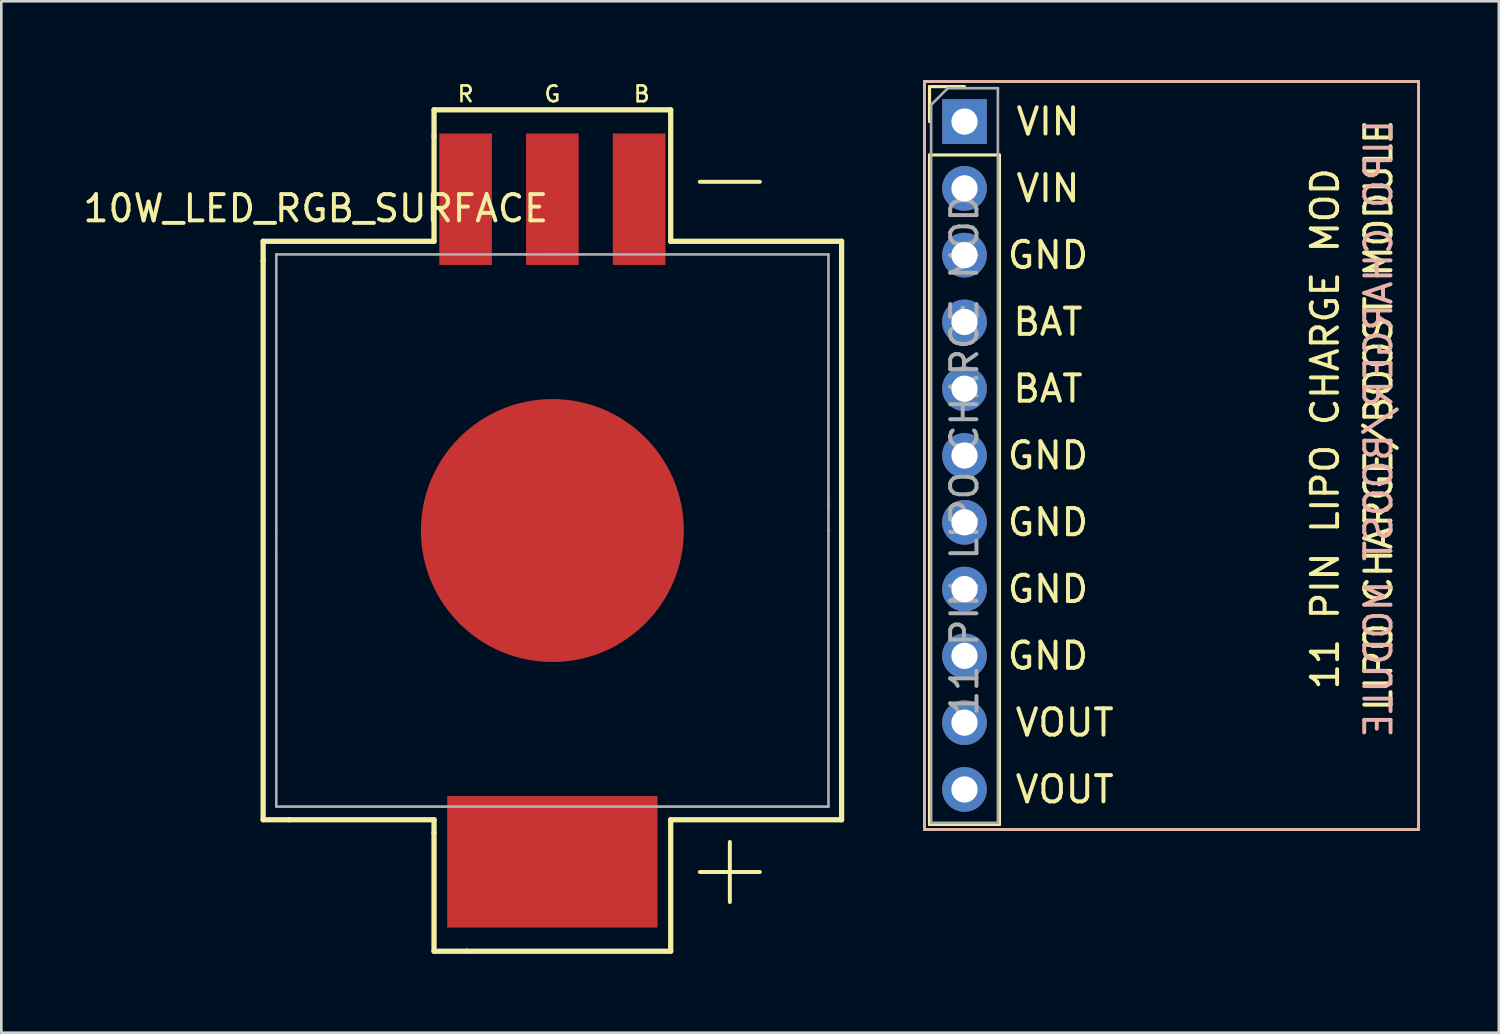
<source format=kicad_pcb>
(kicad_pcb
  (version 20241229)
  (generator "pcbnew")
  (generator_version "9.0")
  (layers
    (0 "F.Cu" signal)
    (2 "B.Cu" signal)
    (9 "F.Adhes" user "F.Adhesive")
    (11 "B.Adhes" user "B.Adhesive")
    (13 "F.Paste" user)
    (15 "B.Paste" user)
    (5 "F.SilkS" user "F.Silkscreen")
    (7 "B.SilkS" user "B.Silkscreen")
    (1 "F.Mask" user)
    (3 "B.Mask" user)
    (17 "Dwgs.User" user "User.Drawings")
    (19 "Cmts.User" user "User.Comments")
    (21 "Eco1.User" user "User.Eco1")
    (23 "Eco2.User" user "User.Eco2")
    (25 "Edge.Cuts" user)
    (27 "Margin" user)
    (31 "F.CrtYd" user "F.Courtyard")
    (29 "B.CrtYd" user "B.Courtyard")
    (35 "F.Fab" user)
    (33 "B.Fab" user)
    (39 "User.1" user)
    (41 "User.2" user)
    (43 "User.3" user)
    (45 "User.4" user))
  (footprint "10W_LED_RGB_SURFACE"
    (layer "F.Cu")
    (at 17.958 17.127)
    (property "Reference" "10W_LED_RGB_SURFACE" (at -9 -12.25 0) (layer "F.SilkS") (effects (font (size 1 1) (thickness 0.15))))
    (attr through_hole)
    (fp_line (start -11 -11) (end -11 -10.25) (stroke (width 0.2) (type solid)) (layer "F.SilkS"))
    (fp_line (start -11 -10.25) (end -11 11) (stroke (width 0.2) (type solid)) (layer "F.SilkS"))
    (fp_line (start -11 11) (end -10 11) (stroke (width 0.2) (type solid)) (layer "F.SilkS"))
    (fp_line (start -10 11) (end -4.5 11) (stroke (width 0.2) (type solid)) (layer "F.SilkS"))
    (fp_line (start -4.5 -16) (end -4.5 -15) (stroke (width 0.2) (type solid)) (layer "F.SilkS"))
    (fp_line (start -4.5 -15) (end -4.5 -11) (stroke (width 0.2) (type solid)) (layer "F.SilkS"))
    (fp_line (start -4.5 -11) (end -11 -11) (stroke (width 0.2) (type solid)) (layer "F.SilkS"))
    (fp_line (start -4.5 11) (end -4.5 11.5) (stroke (width 0.2) (type solid)) (layer "F.SilkS"))
    (fp_line (start -4.5 11.5) (end -4.5 16) (stroke (width 0.2) (type solid)) (layer "F.SilkS"))
    (fp_line (start -4.5 16) (end -3.25 16) (stroke (width 0.2) (type solid)) (layer "F.SilkS"))
    (fp_line (start -3.25 16) (end 4.5 16) (stroke (width 0.2) (type solid)) (layer "F.SilkS"))
    (fp_line (start 3.75 16) (end 4.5 16) (stroke (width 0.1) (type solid)) (layer "F.SilkS"))
    (fp_line (start 4.5 -16) (end -4.5 -16) (stroke (width 0.2) (type solid)) (layer "F.SilkS"))
    (fp_line (start 4.5 -11) (end 4.5 -16) (stroke (width 0.2) (type solid)) (layer "F.SilkS"))
    (fp_line (start 4.5 11) (end 11 11) (stroke (width 0.2) (type solid)) (layer "F.SilkS"))
    (fp_line (start 4.5 16) (end 4.5 11) (stroke (width 0.2) (type solid)) (layer "F.SilkS"))
    (fp_line (start 11 -11) (end 4.5 -11) (stroke (width 0.2) (type solid)) (layer "F.SilkS"))
    (fp_line (start 11 11) (end 11 -11) (stroke (width 0.2) (type solid)) (layer "F.SilkS"))
    (fp_line (start -10.5 -10.5) (end -1 -10.5) (stroke (width 0.1) (type solid)) (layer "F.Fab"))
    (fp_line (start -10.5 0) (end -10.5 -10.5) (stroke (width 0.1) (type solid)) (layer "F.Fab"))
    (fp_line (start -10.5 0) (end -10.5 1) (stroke (width 0.1) (type solid)) (layer "F.Fab"))
    (fp_line (start -10.5 10.5) (end -10.5 1) (stroke (width 0.1) (type solid)) (layer "F.Fab"))
    (fp_line (start 0 -10.5) (end -1 -10.5) (stroke (width 0.1) (type solid)) (layer "F.Fab"))
    (fp_line (start 0 -10.5) (end 10.5 -10.5) (stroke (width 0.1) (type solid)) (layer "F.Fab"))
    (fp_line (start 0 10.5) (end -10.5 10.5) (stroke (width 0.1) (type solid)) (layer "F.Fab"))
    (fp_line (start 0 10.5) (end 1 10.5) (stroke (width 0.1) (type solid)) (layer "F.Fab"))
    (fp_line (start 10.5 -10.5) (end 10.5 -1) (stroke (width 0.1) (type solid)) (layer "F.Fab"))
    (fp_line (start 10.5 0) (end 10.5 -1) (stroke (width 0.1) (type solid)) (layer "F.Fab"))
    (fp_line (start 10.5 0) (end 10.5 10.5) (stroke (width 0.1) (type solid)) (layer "F.Fab"))
    (fp_line (start 10.5 10.5) (end 1 10.5) (stroke (width 0.1) (type solid)) (layer "F.Fab"))
    (fp_text user "-" (at 6.75 -13.5 0) (layer "F.SilkS") (effects (font (size 3 3) (thickness 0.15))))
    (fp_text user "B" (at 3.4 -16.6 0) (layer "F.SilkS") (effects (font (size 0.6 0.6) (thickness 0.1))))
    (fp_text user "+" (at 6.75 12.75 0) (layer "F.SilkS") (effects (font (size 3 3) (thickness 0.15))))
    (fp_text user "R" (at -3.3 -16.6 0) (layer "F.SilkS") (effects (font (size 0.6 0.6) (thickness 0.1))))
    (fp_text user "G" (at 0 -16.6 0) (layer "F.SilkS") (effects (font (size 0.6 0.6) (thickness 0.1))))
    (pad "1" smd rect (at -3.3 -12.6) (size 2 5) (layers "F.Cu" "F.Mask" "F.Paste"))
    (pad "2" smd rect (at 0 -12.6) (size 2 5) (layers "F.Cu" "F.Mask" "F.Paste"))
    (pad "3" smd rect (at 3.3 -12.6) (size 2 5) (layers "F.Cu" "F.Mask" "F.Paste"))
    (pad "4" smd circle (at 0 0) (size 10 10) (layers "F.Cu" "F.Mask" "F.Paste"))
    (pad "4" smd rect (at 0 12.6) (size 8 5) (layers "F.Cu" "F.Mask" "F.Paste")))
  (footprint "11 PIN LIPO CHARGE MOD"
    (layer "F.Cu")
    (at 33.632 1.574)
    (property "Reference" "11 PIN LIPO CHARGE MOD" (at 13.716 11.684 90) (layer "F.SilkS") (effects (font (size 1 1) (thickness 0.15))))
    (attr through_hole)
    (fp_line (start -1.524 -1.524) (end 14.732 -1.524) (stroke (width 0.1) (type solid)) (layer "F.SilkS"))
    (fp_line (start -1.524 26.924) (end -1.524 -1.524) (stroke (width 0.1) (type solid)) (layer "F.SilkS"))
    (fp_line (start -1.33 -1.33) (end 0 -1.33) (stroke (width 0.12) (type solid)) (layer "F.SilkS"))
    (fp_line (start -1.33 0) (end -1.33 -1.33) (stroke (width 0.12) (type solid)) (layer "F.SilkS"))
    (fp_line (start -1.33 1.27) (end -1.33 26.73) (stroke (width 0.12) (type solid)) (layer "F.SilkS"))
    (fp_line (start -1.33 1.27) (end 1.33 1.27) (stroke (width 0.12) (type solid)) (layer "F.SilkS"))
    (fp_line (start -1.33 26.73) (end 1.33 26.73) (stroke (width 0.12) (type solid)) (layer "F.SilkS"))
    (fp_line (start 1.33 1.27) (end 1.33 26.73) (stroke (width 0.12) (type solid)) (layer "F.SilkS"))
    (fp_line (start 17.272 -1.524) (end 14.732 -1.524) (stroke (width 0.1) (type solid)) (layer "F.SilkS"))
    (fp_line (start 17.272 26.924) (end -1.524 26.924) (stroke (width 0.1) (type solid)) (layer "F.SilkS"))
    (fp_line (start 17.272 26.924) (end 17.272 -1.524) (stroke (width 0.1) (type solid)) (layer "F.SilkS"))
    (fp_line (start -1.524 -1.524) (end -1.524 26.924) (stroke (width 0.1) (type solid)) (layer "B.SilkS"))
    (fp_line (start -1.524 26.924) (end 17.272 26.924) (stroke (width 0.1) (type solid)) (layer "B.SilkS"))
    (fp_line (start 17.272 -1.524) (end -1.524 -1.524) (stroke (width 0.1) (type solid)) (layer "B.SilkS"))
    (fp_line (start 17.272 26.924) (end 17.272 -1.524) (stroke (width 0.1) (type solid)) (layer "B.SilkS"))
    (fp_line (start -1.27 -0.635) (end -0.635 -1.27) (stroke (width 0.1) (type solid)) (layer "F.Fab"))
    (fp_line (start -1.27 26.67) (end -1.27 -0.635) (stroke (width 0.1) (type solid)) (layer "F.Fab"))
    (fp_line (start -0.635 -1.27) (end 1.27 -1.27) (stroke (width 0.1) (type solid)) (layer "F.Fab"))
    (fp_line (start 1.27 -1.27) (end 1.27 26.67) (stroke (width 0.1) (type solid)) (layer "F.Fab"))
    (fp_line (start 1.27 26.67) (end -1.27 26.67) (stroke (width 0.1) (type solid)) (layer "F.Fab"))
    (fp_text user "BAT" (at 3.175 10.16 0) (layer "F.SilkS") (effects (font (size 1 1) (thickness 0.15))))
    (fp_text user "GND" (at 3.175 5.08 0) (layer "F.SilkS") (effects (font (size 1 1) (thickness 0.15))))
    (fp_text user "GND" (at 3.175 17.78 0) (layer "F.SilkS") (effects (font (size 1 1) (thickness 0.15))))
    (fp_text user "VIN" (at 3.175 2.54 0) (layer "F.SilkS") (effects (font (size 1 1) (thickness 0.15))))
    (fp_text user "GND" (at 3.175 12.7 0) (layer "F.SilkS") (effects (font (size 1 1) (thickness 0.15))))
    (fp_text user "VOUT" (at 3.81 22.86 0) (layer "F.SilkS") (effects (font (size 1 1) (thickness 0.15))))
    (fp_text user "GND" (at 3.175 20.32 0) (layer "F.SilkS") (effects (font (size 1 1) (thickness 0.15))))
    (fp_text user "GND" (at 3.175 15.24 0) (layer "F.SilkS") (effects (font (size 1 1) (thickness 0.15))))
    (fp_text user "LIPO CHARGE/BOOST MODULE" (at 15.748 11.176 90) (layer "F.SilkS") (effects (font (size 1 1) (thickness 0.15))))
    (fp_text user "BAT" (at 3.175 7.62 0) (layer "F.SilkS") (effects (font (size 1 1) (thickness 0.15))))
    (fp_text user "VOUT" (at 3.81 25.4 0) (layer "F.SilkS") (effects (font (size 1 1) (thickness 0.15))))
    (fp_text user "VIN" (at 3.175 0 0) (layer "F.SilkS") (effects (font (size 1 1) (thickness 0.15))))
    (fp_text user "LIPO CHARGER/BOOST MODULE" (at 15.748 11.684 90) (layer "B.SilkS") (effects (font (size 1 1) (thickness 0.15)) (justify mirror)))
    (fp_text user "${REFERENCE}" (at 0 12.7 90) (layer "F.Fab") (effects (font (size 1 1) (thickness 0.15))))
    (pad "1" thru_hole rect (at 0 0) (size 1.7 1.7) (drill 1) (layers "*.Cu" "*.Mask"))
    (pad "2" thru_hole oval (at 0 2.54) (size 1.7 1.7) (drill 1) (layers "*.Cu" "*.Mask"))
    (pad "3" thru_hole oval (at 0 5.08) (size 1.7 1.7) (drill 1) (layers "*.Cu" "*.Mask"))
    (pad "4" thru_hole oval (at 0 7.62) (size 1.7 1.7) (drill 1) (layers "*.Cu" "*.Mask"))
    (pad "5" thru_hole oval (at 0 10.16) (size 1.7 1.7) (drill 1) (layers "*.Cu" "*.Mask"))
    (pad "6" thru_hole oval (at 0 12.7) (size 1.7 1.7) (drill 1) (layers "*.Cu" "*.Mask"))
    (pad "7" thru_hole oval (at 0 15.24) (size 1.7 1.7) (drill 1) (layers "*.Cu" "*.Mask"))
    (pad "8" thru_hole oval (at 0 17.78) (size 1.7 1.7) (drill 1) (layers "*.Cu" "*.Mask"))
    (pad "9" thru_hole oval (at 0 20.32) (size 1.7 1.7) (drill 1) (layers "*.Cu" "*.Mask"))
    (pad "10" thru_hole oval (at 0 22.86) (size 1.7 1.7) (drill 1) (layers "*.Cu" "*.Mask"))
    (pad "11" thru_hole oval (at 0 25.4) (size 1.7 1.7) (drill 1) (layers "*.Cu" "*.Mask")))
  (gr_rect
    (start -3 -3)
    (end 53.954 36.227)
    (stroke (width 0.1) (type default))
    (fill no)
    (layer "Edge.Cuts")))
</source>
